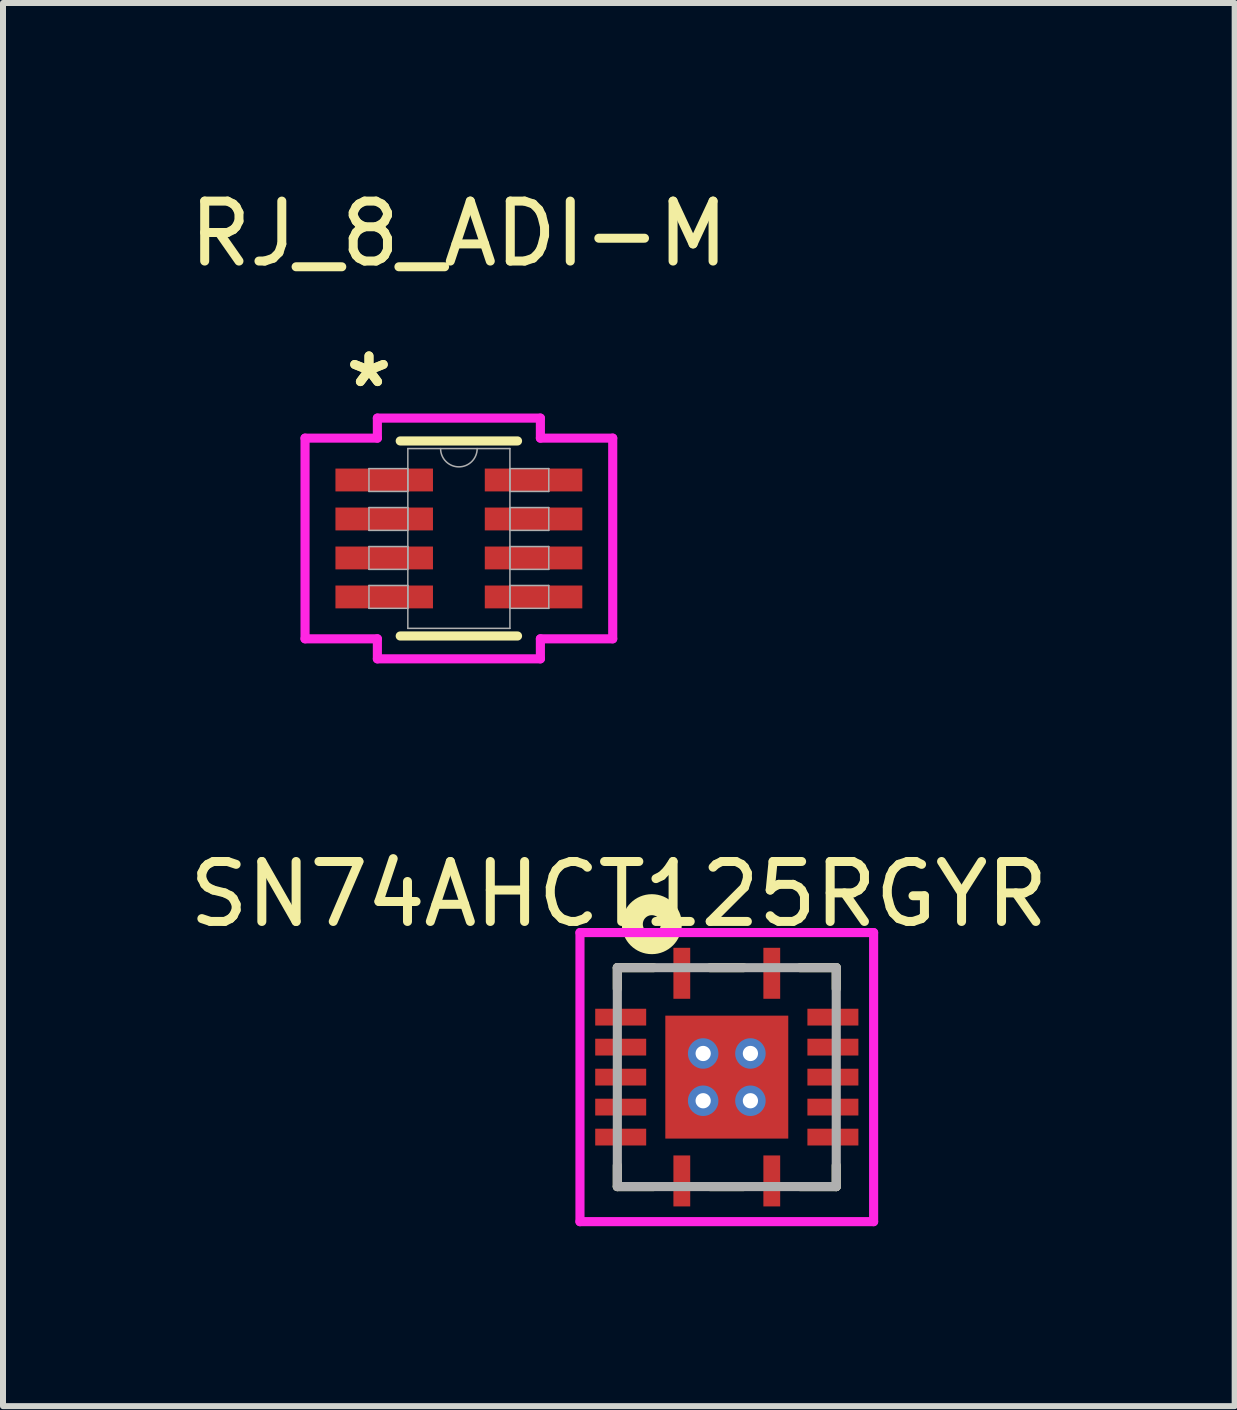
<source format=kicad_pcb>
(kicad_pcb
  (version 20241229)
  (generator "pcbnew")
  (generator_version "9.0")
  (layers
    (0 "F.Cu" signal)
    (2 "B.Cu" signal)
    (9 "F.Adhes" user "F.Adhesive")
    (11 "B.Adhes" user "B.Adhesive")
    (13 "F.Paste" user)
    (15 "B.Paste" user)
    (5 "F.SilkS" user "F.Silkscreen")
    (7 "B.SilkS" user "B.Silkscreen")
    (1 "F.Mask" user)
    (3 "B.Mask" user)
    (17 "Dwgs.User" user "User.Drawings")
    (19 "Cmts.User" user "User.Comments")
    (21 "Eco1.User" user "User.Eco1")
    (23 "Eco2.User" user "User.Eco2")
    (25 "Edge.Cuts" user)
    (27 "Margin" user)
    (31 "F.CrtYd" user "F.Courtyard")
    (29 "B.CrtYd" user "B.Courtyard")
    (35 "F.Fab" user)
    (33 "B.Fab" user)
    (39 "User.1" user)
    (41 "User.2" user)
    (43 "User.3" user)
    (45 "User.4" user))
  (footprint "RJ_8_ADI-M"
    (layer "F.Cu")
    (at 4.601 5.928)
    (property "Reference" "RJ_8_ADI-M" (at 0 -5.08 0) (unlocked yes) (layer "F.SilkS") (effects (font (size 1 1) (thickness 0.15))))
    (attr smd)
    (fp_line (start -0.978 1.626) (end 0.978 1.626) (stroke (width 0.152) (type solid)) (layer "F.SilkS"))
    (fp_line (start 0.978 -1.626) (end -0.978 -1.626) (stroke (width 0.152) (type solid)) (layer "F.SilkS"))
    (fp_line (start -2.565 -1.673) (end -1.359 -1.673) (stroke (width 0.152) (type solid)) (layer "F.CrtYd"))
    (fp_line (start -2.565 1.673) (end -2.565 -1.673) (stroke (width 0.152) (type solid)) (layer "F.CrtYd"))
    (fp_line (start -1.359 -2.007) (end 1.359 -2.007) (stroke (width 0.152) (type solid)) (layer "F.CrtYd"))
    (fp_line (start -1.359 -1.673) (end -1.359 -2.007) (stroke (width 0.152) (type solid)) (layer "F.CrtYd"))
    (fp_line (start -1.359 1.673) (end -2.565 1.673) (stroke (width 0.152) (type solid)) (layer "F.CrtYd"))
    (fp_line (start -1.359 2.007) (end -1.359 1.673) (stroke (width 0.152) (type solid)) (layer "F.CrtYd"))
    (fp_line (start 1.359 -2.007) (end 1.359 -1.673) (stroke (width 0.152) (type solid)) (layer "F.CrtYd"))
    (fp_line (start 1.359 -1.673) (end 2.565 -1.673) (stroke (width 0.152) (type solid)) (layer "F.CrtYd"))
    (fp_line (start 1.359 1.673) (end 1.359 2.007) (stroke (width 0.152) (type solid)) (layer "F.CrtYd"))
    (fp_line (start 1.359 2.007) (end -1.359 2.007) (stroke (width 0.152) (type solid)) (layer "F.CrtYd"))
    (fp_line (start 2.565 -1.673) (end 2.565 1.673) (stroke (width 0.152) (type solid)) (layer "F.CrtYd"))
    (fp_line (start 2.565 1.673) (end 1.359 1.673) (stroke (width 0.152) (type solid)) (layer "F.CrtYd"))
    (fp_line (start -1.499 -1.165) (end -1.499 -0.784) (stroke (width 0.025) (type solid)) (layer "F.Fab"))
    (fp_line (start -1.499 -0.784) (end -0.851 -0.784) (stroke (width 0.025) (type solid)) (layer "F.Fab"))
    (fp_line (start -1.499 -0.515) (end -1.499 -0.135) (stroke (width 0.025) (type solid)) (layer "F.Fab"))
    (fp_line (start -1.499 -0.135) (end -0.851 -0.135) (stroke (width 0.025) (type solid)) (layer "F.Fab"))
    (fp_line (start -1.499 0.135) (end -1.499 0.515) (stroke (width 0.025) (type solid)) (layer "F.Fab"))
    (fp_line (start -1.499 0.515) (end -0.851 0.515) (stroke (width 0.025) (type solid)) (layer "F.Fab"))
    (fp_line (start -1.499 0.784) (end -1.499 1.165) (stroke (width 0.025) (type solid)) (layer "F.Fab"))
    (fp_line (start -1.499 1.165) (end -0.851 1.165) (stroke (width 0.025) (type solid)) (layer "F.Fab"))
    (fp_line (start -0.851 -1.499) (end -0.851 1.499) (stroke (width 0.025) (type solid)) (layer "F.Fab"))
    (fp_line (start -0.851 -1.165) (end -1.499 -1.165) (stroke (width 0.025) (type solid)) (layer "F.Fab"))
    (fp_line (start -0.851 -0.784) (end -0.851 -1.165) (stroke (width 0.025) (type solid)) (layer "F.Fab"))
    (fp_line (start -0.851 -0.515) (end -1.499 -0.515) (stroke (width 0.025) (type solid)) (layer "F.Fab"))
    (fp_line (start -0.851 -0.135) (end -0.851 -0.515) (stroke (width 0.025) (type solid)) (layer "F.Fab"))
    (fp_line (start -0.851 0.135) (end -1.499 0.135) (stroke (width 0.025) (type solid)) (layer "F.Fab"))
    (fp_line (start -0.851 0.515) (end -0.851 0.135) (stroke (width 0.025) (type solid)) (layer "F.Fab"))
    (fp_line (start -0.851 0.784) (end -1.499 0.784) (stroke (width 0.025) (type solid)) (layer "F.Fab"))
    (fp_line (start -0.851 1.165) (end -0.851 0.784) (stroke (width 0.025) (type solid)) (layer "F.Fab"))
    (fp_line (start -0.851 1.499) (end 0.851 1.499) (stroke (width 0.025) (type solid)) (layer "F.Fab"))
    (fp_line (start 0.851 -1.499) (end -0.851 -1.499) (stroke (width 0.025) (type solid)) (layer "F.Fab"))
    (fp_line (start 0.851 -1.165) (end 0.851 -0.784) (stroke (width 0.025) (type solid)) (layer "F.Fab"))
    (fp_line (start 0.851 -0.784) (end 1.499 -0.784) (stroke (width 0.025) (type solid)) (layer "F.Fab"))
    (fp_line (start 0.851 -0.515) (end 0.851 -0.135) (stroke (width 0.025) (type solid)) (layer "F.Fab"))
    (fp_line (start 0.851 -0.135) (end 1.499 -0.135) (stroke (width 0.025) (type solid)) (layer "F.Fab"))
    (fp_line (start 0.851 0.135) (end 0.851 0.515) (stroke (width 0.025) (type solid)) (layer "F.Fab"))
    (fp_line (start 0.851 0.515) (end 1.499 0.515) (stroke (width 0.025) (type solid)) (layer "F.Fab"))
    (fp_line (start 0.851 0.784) (end 0.851 1.165) (stroke (width 0.025) (type solid)) (layer "F.Fab"))
    (fp_line (start 0.851 1.165) (end 1.499 1.165) (stroke (width 0.025) (type solid)) (layer "F.Fab"))
    (fp_line (start 0.851 1.499) (end 0.851 -1.499) (stroke (width 0.025) (type solid)) (layer "F.Fab"))
    (fp_line (start 1.499 -1.165) (end 0.851 -1.165) (stroke (width 0.025) (type solid)) (layer "F.Fab"))
    (fp_line (start 1.499 -0.784) (end 1.499 -1.165) (stroke (width 0.025) (type solid)) (layer "F.Fab"))
    (fp_line (start 1.499 -0.515) (end 0.851 -0.515) (stroke (width 0.025) (type solid)) (layer "F.Fab"))
    (fp_line (start 1.499 -0.135) (end 1.499 -0.515) (stroke (width 0.025) (type solid)) (layer "F.Fab"))
    (fp_line (start 1.499 0.135) (end 0.851 0.135) (stroke (width 0.025) (type solid)) (layer "F.Fab"))
    (fp_line (start 1.499 0.515) (end 1.499 0.135) (stroke (width 0.025) (type solid)) (layer "F.Fab"))
    (fp_line (start 1.499 0.784) (end 0.851 0.784) (stroke (width 0.025) (type solid)) (layer "F.Fab"))
    (fp_line (start 1.499 1.165) (end 1.499 0.784) (stroke (width 0.025) (type solid)) (layer "F.Fab"))
    (fp_arc (start 0.3048 -1.4986) (mid 0 -1.1938) (end -0.3048 -1.4986) (stroke (width 0.0254) (type solid)) (layer "F.Fab"))
    (fp_text user "*" (at -1.499 -2.499 0) (layer "F.SilkS") (effects (font (size 1 1) (thickness 0.15))))
    (fp_text user "*" (at -1.499 -2.499 0) (unlocked yes) (layer "F.SilkS") (effects (font (size 1 1) (thickness 0.15))))
    (pad "1" smd rect (at -1.245 -0.975) (size 1.626 0.381) (layers "F.Cu" "F.Mask" "F.Paste"))
    (pad "2" smd rect (at -1.245 -0.325) (size 1.626 0.381) (layers "F.Cu" "F.Mask" "F.Paste"))
    (pad "3" smd rect (at -1.245 0.325) (size 1.626 0.381) (layers "F.Cu" "F.Mask" "F.Paste"))
    (pad "4" smd rect (at -1.245 0.975) (size 1.626 0.381) (layers "F.Cu" "F.Mask" "F.Paste"))
    (pad "5" smd rect (at 1.245 0.975) (size 1.626 0.381) (layers "F.Cu" "F.Mask" "F.Paste"))
    (pad "6" smd rect (at 1.245 0.325) (size 1.626 0.381) (layers "F.Cu" "F.Mask" "F.Paste"))
    (pad "7" smd rect (at 1.245 -0.325) (size 1.626 0.381) (layers "F.Cu" "F.Mask" "F.Paste"))
    (pad "8" smd rect (at 1.245 -0.975) (size 1.626 0.381) (layers "F.Cu" "F.Mask" "F.Paste")))
  (footprint "SN74AHCT125RGYR"
    (layer "F.Cu")
    (at 9.068 14.909)
    (property "Reference" "SN74AHCT125RGYR" (at -1.8 -3.05 0) (layer "F.SilkS") (effects (font (size 1 1) (thickness 0.15))))
    (attr through_hole)
    (fp_line (start -2.264 -1.21) (end -2.264 -0.79) (stroke (width 0.152) (type solid)) (layer "F.Mask"))
    (fp_line (start -2.264 -0.79) (end -1.274 -0.79) (stroke (width 0.152) (type solid)) (layer "F.Mask"))
    (fp_line (start -2.264 -0.71) (end -2.264 -0.29) (stroke (width 0.152) (type solid)) (layer "F.Mask"))
    (fp_line (start -2.264 -0.29) (end -1.274 -0.29) (stroke (width 0.152) (type solid)) (layer "F.Mask"))
    (fp_line (start -2.264 -0.21) (end -2.264 0.21) (stroke (width 0.152) (type solid)) (layer "F.Mask"))
    (fp_line (start -2.264 0.21) (end -1.274 0.21) (stroke (width 0.152) (type solid)) (layer "F.Mask"))
    (fp_line (start -2.264 0.29) (end -2.264 0.71) (stroke (width 0.152) (type solid)) (layer "F.Mask"))
    (fp_line (start -2.264 0.71) (end -1.274 0.71) (stroke (width 0.152) (type solid)) (layer "F.Mask"))
    (fp_line (start -2.264 0.79) (end -2.264 1.21) (stroke (width 0.152) (type solid)) (layer "F.Mask"))
    (fp_line (start -2.264 1.21) (end -1.274 1.21) (stroke (width 0.152) (type solid)) (layer "F.Mask"))
    (fp_line (start -1.274 -1.21) (end -2.264 -1.21) (stroke (width 0.152) (type solid)) (layer "F.Mask"))
    (fp_line (start -1.274 -0.79) (end -1.274 -1.21) (stroke (width 0.152) (type solid)) (layer "F.Mask"))
    (fp_line (start -1.274 -0.71) (end -2.264 -0.71) (stroke (width 0.152) (type solid)) (layer "F.Mask"))
    (fp_line (start -1.274 -0.29) (end -1.274 -0.71) (stroke (width 0.152) (type solid)) (layer "F.Mask"))
    (fp_line (start -1.274 -0.21) (end -2.264 -0.21) (stroke (width 0.152) (type solid)) (layer "F.Mask"))
    (fp_line (start -1.274 0.21) (end -1.274 -0.21) (stroke (width 0.152) (type solid)) (layer "F.Mask"))
    (fp_line (start -1.274 0.29) (end -2.264 0.29) (stroke (width 0.152) (type solid)) (layer "F.Mask"))
    (fp_line (start -1.274 0.71) (end -1.274 0.29) (stroke (width 0.152) (type solid)) (layer "F.Mask"))
    (fp_line (start -1.274 0.79) (end -2.264 0.79) (stroke (width 0.152) (type solid)) (layer "F.Mask"))
    (fp_line (start -1.274 1.21) (end -1.274 0.79) (stroke (width 0.152) (type solid)) (layer "F.Mask"))
    (fp_line (start -1 -1) (end 1 -1) (stroke (width 0.152) (type solid)) (layer "F.Mask"))
    (fp_line (start -1 1) (end -1 -1) (stroke (width 0.152) (type solid)) (layer "F.Mask"))
    (fp_line (start -0.96 -2.226) (end -0.96 -1.236) (stroke (width 0.152) (type solid)) (layer "F.Mask"))
    (fp_line (start -0.96 -1.236) (end -0.54 -1.236) (stroke (width 0.152) (type solid)) (layer "F.Mask"))
    (fp_line (start -0.96 1.236) (end -0.96 2.226) (stroke (width 0.152) (type solid)) (layer "F.Mask"))
    (fp_line (start -0.96 2.226) (end -0.54 2.226) (stroke (width 0.152) (type solid)) (layer "F.Mask"))
    (fp_line (start -0.54 -2.226) (end -0.96 -2.226) (stroke (width 0.152) (type solid)) (layer "F.Mask"))
    (fp_line (start -0.54 -1.236) (end -0.54 -2.226) (stroke (width 0.152) (type solid)) (layer "F.Mask"))
    (fp_line (start -0.54 1.236) (end -0.96 1.236) (stroke (width 0.152) (type solid)) (layer "F.Mask"))
    (fp_line (start -0.54 2.226) (end -0.54 1.236) (stroke (width 0.152) (type solid)) (layer "F.Mask"))
    (fp_line (start 0.54 -2.226) (end 0.54 -1.236) (stroke (width 0.152) (type solid)) (layer "F.Mask"))
    (fp_line (start 0.54 -1.236) (end 0.96 -1.236) (stroke (width 0.152) (type solid)) (layer "F.Mask"))
    (fp_line (start 0.54 1.236) (end 0.54 2.226) (stroke (width 0.152) (type solid)) (layer "F.Mask"))
    (fp_line (start 0.54 2.226) (end 0.96 2.226) (stroke (width 0.152) (type solid)) (layer "F.Mask"))
    (fp_line (start 0.96 -2.226) (end 0.54 -2.226) (stroke (width 0.152) (type solid)) (layer "F.Mask"))
    (fp_line (start 0.96 -1.236) (end 0.96 -2.226) (stroke (width 0.152) (type solid)) (layer "F.Mask"))
    (fp_line (start 0.96 1.236) (end 0.54 1.236) (stroke (width 0.152) (type solid)) (layer "F.Mask"))
    (fp_line (start 0.96 2.226) (end 0.96 1.236) (stroke (width 0.152) (type solid)) (layer "F.Mask"))
    (fp_line (start 1 1) (end -1 1) (stroke (width 0.152) (type solid)) (layer "F.Mask"))
    (fp_line (start 1 1) (end 1 -1) (stroke (width 0.152) (type solid)) (layer "F.Mask"))
    (fp_line (start 1.274 -1.21) (end 1.274 -0.79) (stroke (width 0.152) (type solid)) (layer "F.Mask"))
    (fp_line (start 1.274 -0.79) (end 2.264 -0.79) (stroke (width 0.152) (type solid)) (layer "F.Mask"))
    (fp_line (start 1.274 -0.71) (end 1.274 -0.29) (stroke (width 0.152) (type solid)) (layer "F.Mask"))
    (fp_line (start 1.274 -0.29) (end 2.264 -0.29) (stroke (width 0.152) (type solid)) (layer "F.Mask"))
    (fp_line (start 1.274 -0.21) (end 1.274 0.21) (stroke (width 0.152) (type solid)) (layer "F.Mask"))
    (fp_line (start 1.274 0.21) (end 2.264 0.21) (stroke (width 0.152) (type solid)) (layer "F.Mask"))
    (fp_line (start 1.274 0.29) (end 1.274 0.71) (stroke (width 0.152) (type solid)) (layer "F.Mask"))
    (fp_line (start 1.274 0.71) (end 2.264 0.71) (stroke (width 0.152) (type solid)) (layer "F.Mask"))
    (fp_line (start 1.274 0.79) (end 1.274 1.21) (stroke (width 0.152) (type solid)) (layer "F.Mask"))
    (fp_line (start 1.274 1.21) (end 2.264 1.21) (stroke (width 0.152) (type solid)) (layer "F.Mask"))
    (fp_line (start 2.264 -1.21) (end 1.274 -1.21) (stroke (width 0.152) (type solid)) (layer "F.Mask"))
    (fp_line (start 2.264 -0.79) (end 2.264 -1.21) (stroke (width 0.152) (type solid)) (layer "F.Mask"))
    (fp_line (start 2.264 -0.71) (end 1.274 -0.71) (stroke (width 0.152) (type solid)) (layer "F.Mask"))
    (fp_line (start 2.264 -0.29) (end 2.264 -0.71) (stroke (width 0.152) (type solid)) (layer "F.Mask"))
    (fp_line (start 2.264 -0.21) (end 1.274 -0.21) (stroke (width 0.152) (type solid)) (layer "F.Mask"))
    (fp_line (start 2.264 0.21) (end 2.264 -0.21) (stroke (width 0.152) (type solid)) (layer "F.Mask"))
    (fp_line (start 2.264 0.29) (end 1.274 0.29) (stroke (width 0.152) (type solid)) (layer "F.Mask"))
    (fp_line (start 2.264 0.71) (end 2.264 0.29) (stroke (width 0.152) (type solid)) (layer "F.Mask"))
    (fp_line (start 2.264 0.79) (end 1.274 0.79) (stroke (width 0.152) (type solid)) (layer "F.Mask"))
    (fp_line (start 2.264 1.21) (end 2.264 0.79) (stroke (width 0.152) (type solid)) (layer "F.Mask"))
    (fp_line (start -1.825 -1.825) (end -1.825 -1.473) (stroke (width 0.152) (type solid)) (layer "F.SilkS"))
    (fp_line (start -1.825 1.473) (end -1.825 1.825) (stroke (width 0.152) (type solid)) (layer "F.SilkS"))
    (fp_line (start -1.825 1.825) (end -1.223 1.825) (stroke (width 0.152) (type solid)) (layer "F.SilkS"))
    (fp_line (start -1.223 -1.825) (end -1.825 -1.825) (stroke (width 0.152) (type solid)) (layer "F.SilkS"))
    (fp_line (start -0.277 1.825) (end 0.277 1.825) (stroke (width 0.152) (type solid)) (layer "F.SilkS"))
    (fp_line (start 0.277 -1.825) (end -0.277 -1.825) (stroke (width 0.152) (type solid)) (layer "F.SilkS"))
    (fp_line (start 1.223 1.825) (end 1.825 1.825) (stroke (width 0.152) (type solid)) (layer "F.SilkS"))
    (fp_line (start 1.825 -1.825) (end 1.223 -1.825) (stroke (width 0.152) (type solid)) (layer "F.SilkS"))
    (fp_line (start 1.825 -1.473) (end 1.825 -1.825) (stroke (width 0.152) (type solid)) (layer "F.SilkS"))
    (fp_line (start 1.825 1.825) (end 1.825 1.473) (stroke (width 0.152) (type solid)) (layer "F.SilkS"))
    (fp_circle (center -1.25 -2.55) (end -1.1 -2.55) (stroke (width 0.35) (type solid)) (fill no) (layer "F.SilkS"))
    (fp_line (start -0.839 -2.105) (end -0.839 -1.357) (stroke (width 0.152) (type solid)) (layer "F.Paste"))
    (fp_line (start -0.839 -1.357) (end -0.661 -1.357) (stroke (width 0.152) (type solid)) (layer "F.Paste"))
    (fp_line (start -0.839 1.357) (end -0.839 2.105) (stroke (width 0.152) (type solid)) (layer "F.Paste"))
    (fp_line (start -0.839 2.105) (end -0.661 2.105) (stroke (width 0.152) (type solid)) (layer "F.Paste"))
    (fp_line (start -0.661 -2.105) (end -0.839 -2.105) (stroke (width 0.152) (type solid)) (layer "F.Paste"))
    (fp_line (start -0.661 -1.357) (end -0.661 -2.105) (stroke (width 0.152) (type solid)) (layer "F.Paste"))
    (fp_line (start -0.661 1.357) (end -0.839 1.357) (stroke (width 0.152) (type solid)) (layer "F.Paste"))
    (fp_line (start -0.661 2.105) (end -0.661 1.357) (stroke (width 0.152) (type solid)) (layer "F.Paste"))
    (fp_line (start 0.661 -2.105) (end 0.661 -1.357) (stroke (width 0.152) (type solid)) (layer "F.Paste"))
    (fp_line (start 0.661 -1.357) (end 0.839 -1.357) (stroke (width 0.152) (type solid)) (layer "F.Paste"))
    (fp_line (start 0.661 1.357) (end 0.661 2.105) (stroke (width 0.152) (type solid)) (layer "F.Paste"))
    (fp_line (start 0.661 2.105) (end 0.839 2.105) (stroke (width 0.152) (type solid)) (layer "F.Paste"))
    (fp_line (start 0.839 -2.105) (end 0.661 -2.105) (stroke (width 0.152) (type solid)) (layer "F.Paste"))
    (fp_line (start 0.839 -1.357) (end 0.839 -2.105) (stroke (width 0.152) (type solid)) (layer "F.Paste"))
    (fp_line (start 0.839 1.357) (end 0.661 1.357) (stroke (width 0.152) (type solid)) (layer "F.Paste"))
    (fp_line (start 0.839 2.105) (end 0.839 1.357) (stroke (width 0.152) (type solid)) (layer "F.Paste"))
    (fp_line (start -2.448 -2.41) (end 2.448 -2.41) (stroke (width 0.152) (type solid)) (layer "F.CrtYd"))
    (fp_line (start -2.448 2.41) (end -2.448 -2.41) (stroke (width 0.152) (type solid)) (layer "F.CrtYd"))
    (fp_line (start 2.448 -2.41) (end 2.448 2.41) (stroke (width 0.152) (type solid)) (layer "F.CrtYd"))
    (fp_line (start 2.448 2.41) (end -2.448 2.41) (stroke (width 0.152) (type solid)) (layer "F.CrtYd"))
    (fp_line (start -1.825 -1.825) (end -1.825 1.825) (stroke (width 0.152) (type solid)) (layer "F.Fab"))
    (fp_line (start -1.825 1.825) (end 1.825 1.825) (stroke (width 0.152) (type solid)) (layer "F.Fab"))
    (fp_line (start 1.825 -1.825) (end -1.825 -1.825) (stroke (width 0.152) (type solid)) (layer "F.Fab"))
    (fp_line (start 1.825 1.825) (end 1.825 -1.825) (stroke (width 0.152) (type solid)) (layer "F.Fab"))
    (pad "1" smd rect (at -0.75 -1.731) (size 0.28 0.85) (layers "F.Cu" "F.Mask" "F.Paste"))
    (pad "2" smd rect (at -1.769 -1 90) (size 0.28 0.85) (layers "F.Cu" "F.Mask" "F.Paste"))
    (pad "3" smd rect (at -1.769 -0.5 90) (size 0.28 0.85) (layers "F.Cu" "F.Mask" "F.Paste"))
    (pad "4" smd rect (at -1.769 0 90) (size 0.28 0.85) (layers "F.Cu" "F.Mask" "F.Paste"))
    (pad "5" smd rect (at -1.769 0.5 90) (size 0.28 0.85) (layers "F.Cu" "F.Mask" "F.Paste"))
    (pad "6" smd rect (at -1.769 1 90) (size 0.28 0.85) (layers "F.Cu" "F.Mask" "F.Paste"))
    (pad "7" smd rect (at -0.75 1.731) (size 0.28 0.85) (layers "F.Cu" "F.Mask" "F.Paste"))
    (pad "8" smd rect (at 0.75 1.731) (size 0.28 0.85) (layers "F.Cu" "F.Mask" "F.Paste"))
    (pad "9" smd rect (at 1.769 1 90) (size 0.28 0.85) (layers "F.Cu" "F.Mask" "F.Paste"))
    (pad "10" smd rect (at 1.769 0.5 90) (size 0.28 0.85) (layers "F.Cu" "F.Mask" "F.Paste"))
    (pad "11" smd rect (at 1.769 0 90) (size 0.28 0.85) (layers "F.Cu" "F.Mask" "F.Paste"))
    (pad "12" smd rect (at 1.769 -0.5 90) (size 0.28 0.85) (layers "F.Cu" "F.Mask" "F.Paste"))
    (pad "13" smd rect (at 1.769 -1 90) (size 0.28 0.85) (layers "F.Cu" "F.Mask" "F.Paste"))
    (pad "14" smd rect (at 0.75 -1.731) (size 0.28 0.85) (layers "F.Cu" "F.Mask" "F.Paste"))
    (pad "15" thru_hole circle (at -0.394 -0.394) (size 0.508 0.508) (drill 0.254) (layers "*.Cu" "*.Mask"))
    (pad "15" thru_hole circle (at -0.394 0.394) (size 0.508 0.508) (drill 0.254) (layers "*.Cu" "*.Mask"))
    (pad "15" smd rect (at 0 0) (size 2.05 2.05) (layers "F.Cu" "F.Mask" "F.Paste"))
    (pad "15" thru_hole circle (at 0.394 -0.394) (size 0.508 0.508) (drill 0.254) (layers "*.Cu" "*.Mask"))
    (pad "15" thru_hole circle (at 0.394 0.394) (size 0.508 0.508) (drill 0.254) (layers "*.Cu" "*.Mask")))
  (gr_rect
    (start -3 -3)
    (end 17.536 20.395)
    (stroke (width 0.1) (type default))
    (fill no)
    (layer "Edge.Cuts")))
</source>
